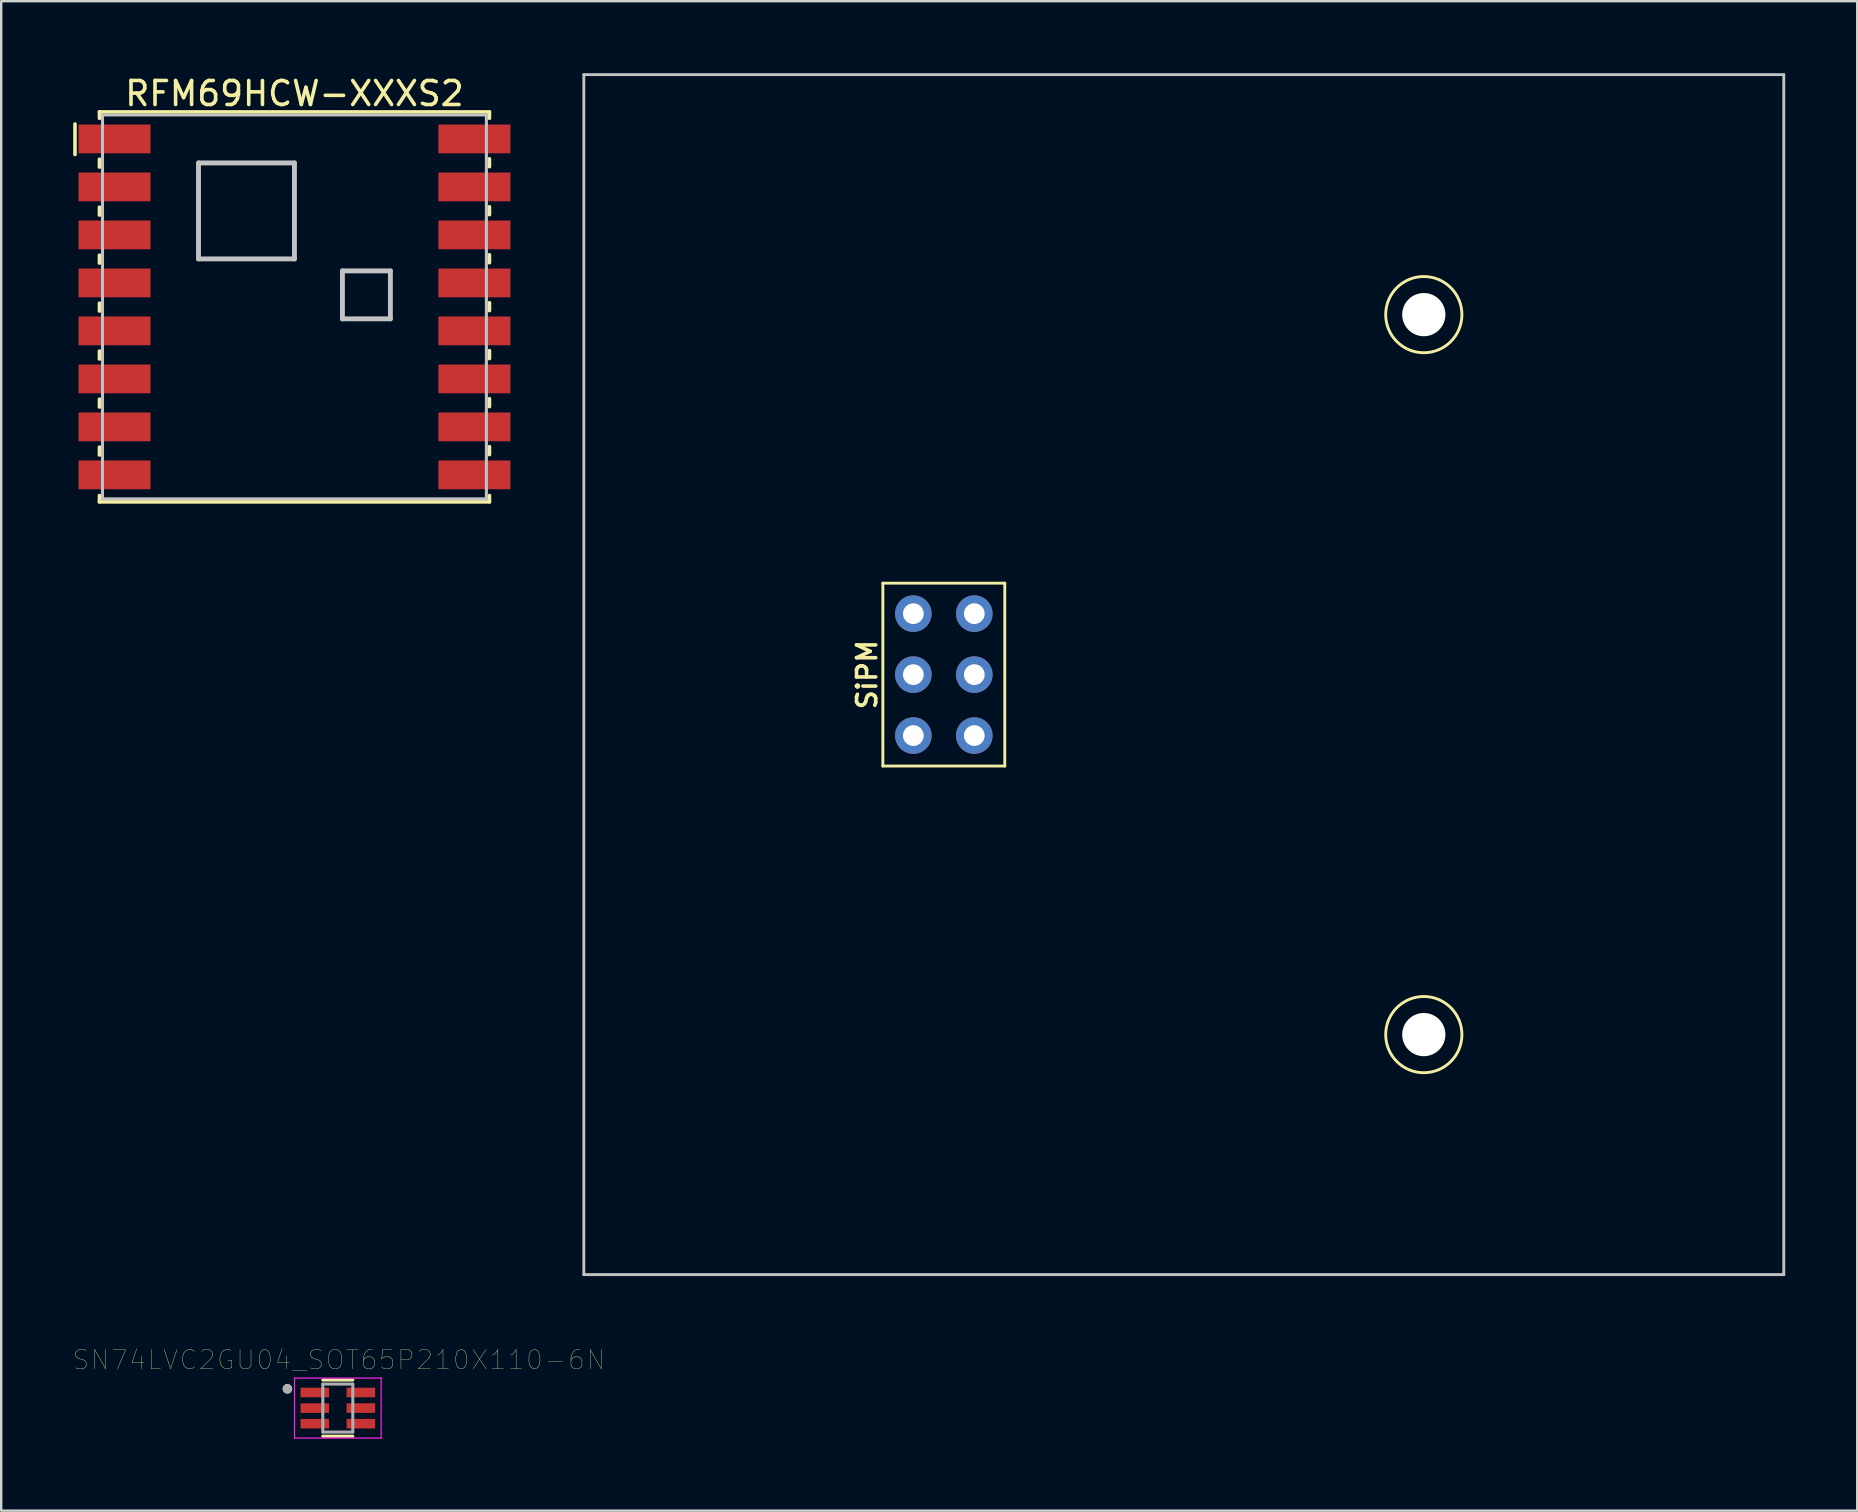
<source format=kicad_pcb>
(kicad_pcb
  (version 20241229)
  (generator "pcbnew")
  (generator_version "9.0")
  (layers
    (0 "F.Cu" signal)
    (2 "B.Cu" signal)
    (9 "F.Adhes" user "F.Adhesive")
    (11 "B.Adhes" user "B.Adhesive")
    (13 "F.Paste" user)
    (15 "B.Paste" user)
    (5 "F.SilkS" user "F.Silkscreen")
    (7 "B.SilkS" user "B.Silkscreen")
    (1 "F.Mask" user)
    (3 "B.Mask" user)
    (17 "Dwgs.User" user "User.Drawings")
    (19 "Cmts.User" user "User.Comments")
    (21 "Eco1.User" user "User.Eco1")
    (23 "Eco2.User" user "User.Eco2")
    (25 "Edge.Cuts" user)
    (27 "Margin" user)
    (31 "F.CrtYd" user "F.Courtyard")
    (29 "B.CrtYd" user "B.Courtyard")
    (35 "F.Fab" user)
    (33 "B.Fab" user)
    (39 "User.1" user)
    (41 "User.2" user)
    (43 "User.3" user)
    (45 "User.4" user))
  (footprint "SiPM"
    (layer "F.Cu")
    (at 46.277 25.06)
    (property "Reference" "SiPM" (at -13.2 0 270) (layer "F.SilkS") (effects (font (size 0.8 0.8) (thickness 0.15))))
    (attr through_hole)
    (fp_line (start -12.54 -3.81) (end -7.46 -3.81) (stroke (width 0.12) (type solid)) (layer "F.SilkS"))
    (fp_line (start -12.54 3.81) (end -12.54 -3.81) (stroke (width 0.12) (type solid)) (layer "F.SilkS"))
    (fp_line (start -7.46 -3.81) (end -7.46 3.81) (stroke (width 0.12) (type solid)) (layer "F.SilkS"))
    (fp_line (start -7.46 3.81) (end -12.54 3.81) (stroke (width 0.12) (type solid)) (layer "F.SilkS"))
    (fp_circle (center 10 -15) (end 11.588 -15) (stroke (width 0.12) (type solid)) (fill no) (layer "F.SilkS"))
    (fp_circle (center 10 15) (end 11.588 15) (stroke (width 0.12) (type solid)) (fill no) (layer "F.SilkS"))
    (fp_line (start -25 -25) (end 25 -25) (stroke (width 0.12) (type solid)) (layer "Dwgs.User"))
    (fp_line (start -25 25) (end -25 -25) (stroke (width 0.12) (type solid)) (layer "Dwgs.User"))
    (fp_line (start 25 -25) (end 25 25) (stroke (width 0.12) (type solid)) (layer "Dwgs.User"))
    (fp_line (start 25 25) (end -25 25) (stroke (width 0.12) (type solid)) (layer "Dwgs.User"))
    (pad "" np_thru_hole circle (at 10 -15) (size 1.8 1.8) (drill 1.8) (layers "*.Cu" "*.Mask"))
    (pad "" np_thru_hole circle (at 10 15) (size 1.8 1.8) (drill 1.8) (layers "*.Cu" "*.Mask"))
    (pad "1" thru_hole circle (at -11.27 -2.54 90) (size 1.524 1.524) (drill 0.864) (layers "*.Cu" "*.Mask"))
    (pad "2" thru_hole circle (at -8.73 -2.54 90) (size 1.524 1.524) (drill 0.864) (layers "*.Cu" "*.Mask"))
    (pad "3" thru_hole circle (at -11.27 0 90) (size 1.524 1.524) (drill 0.864) (layers "*.Cu" "*.Mask"))
    (pad "4" thru_hole circle (at -8.73 0 90) (size 1.524 1.524) (drill 0.864) (layers "*.Cu" "*.Mask"))
    (pad "5" thru_hole circle (at -11.27 2.54 90) (size 1.524 1.524) (drill 0.864) (layers "*.Cu" "*.Mask"))
    (pad "6" thru_hole circle (at -8.73 2.54 90) (size 1.524 1.524) (drill 0.864) (layers "*.Cu" "*.Mask")))
  (footprint "SN74LVC2GU04_SOT65P210X110-6N"
    (layer "F.Cu")
    (at 11.026 55.622)
    (property "Reference" "SN74LVC2GU04_SOT65P210X110-6N" (at 0.04 -2.008 0) (layer "F.SilkS") (effects (font (size 0.8 0.8) (thickness 0.015))))
    (attr through_hole)
    (fp_line (start -0.625 -1.17) (end 0.625 -1.17) (stroke (width 0.127) (type solid)) (layer "F.SilkS"))
    (fp_line (start -0.625 1.17) (end 0.625 1.17) (stroke (width 0.127) (type solid)) (layer "F.SilkS"))
    (fp_circle (center -2.1 -0.802) (end -2 -0.802) (stroke (width 0.2) (type solid)) (fill no) (layer "F.SilkS"))
    (fp_line (start -1.805 -1.25) (end -1.805 1.25) (stroke (width 0.05) (type solid)) (layer "F.CrtYd"))
    (fp_line (start -1.805 1.25) (end 1.805 1.25) (stroke (width 0.05) (type solid)) (layer "F.CrtYd"))
    (fp_line (start 1.805 -1.25) (end -1.805 -1.25) (stroke (width 0.05) (type solid)) (layer "F.CrtYd"))
    (fp_line (start 1.805 1.25) (end 1.805 -1.25) (stroke (width 0.05) (type solid)) (layer "F.CrtYd"))
    (fp_line (start -0.625 -1) (end -0.625 1) (stroke (width 0.127) (type solid)) (layer "F.Fab"))
    (fp_line (start -0.625 1) (end 0.625 1) (stroke (width 0.127) (type solid)) (layer "F.Fab"))
    (fp_line (start 0.625 -1) (end -0.625 -1) (stroke (width 0.127) (type solid)) (layer "F.Fab"))
    (fp_line (start 0.625 1) (end 0.625 -1) (stroke (width 0.127) (type solid)) (layer "F.Fab"))
    (fp_circle (center -2.1 -0.802) (end -2 -0.802) (stroke (width 0.2) (type solid)) (fill no) (layer "F.Fab"))
    (pad "1" smd rect (at -0.96 -0.65) (size 1.19 0.4) (layers "F.Cu" "F.Mask" "F.Paste"))
    (pad "2" smd rect (at -0.96 0) (size 1.19 0.4) (layers "F.Cu" "F.Mask" "F.Paste"))
    (pad "3" smd rect (at -0.96 0.65) (size 1.19 0.4) (layers "F.Cu" "F.Mask" "F.Paste"))
    (pad "4" smd rect (at 0.96 0.65) (size 1.19 0.4) (layers "F.Cu" "F.Mask" "F.Paste"))
    (pad "5" smd rect (at 0.96 0) (size 1.19 0.4) (layers "F.Cu" "F.Mask" "F.Paste"))
    (pad "6" smd rect (at 0.96 -0.65) (size 1.19 0.4) (layers "F.Cu" "F.Mask" "F.Paste")))
  (footprint "RFM69HCW-XXXS2"
    (layer "F.Cu")
    (at 9.219 9.738)
    (property "Reference" "RFM69HCW-XXXS2" (at 0 -8.89 0) (layer "F.SilkS") (effects (font (size 1 1) (thickness 0.15))))
    (attr smd)
    (fp_line (start -9.144 -6.35) (end -9.144 -7.62) (stroke (width 0.15) (type solid)) (layer "F.SilkS"))
    (fp_line (start -8.125 -8.125) (end 8.125 -8.125) (stroke (width 0.15) (type solid)) (layer "F.SilkS"))
    (fp_line (start -8.125 -7.859) (end -8.125 -8.125) (stroke (width 0.15) (type solid)) (layer "F.SilkS"))
    (fp_line (start -8.125 -5.824) (end -8.125 -6.154) (stroke (width 0.15) (type solid)) (layer "F.SilkS"))
    (fp_line (start -8.125 -3.825) (end -8.125 -4.155) (stroke (width 0.15) (type solid)) (layer "F.SilkS"))
    (fp_line (start -8.125 -1.824) (end -8.125 -2.154) (stroke (width 0.15) (type solid)) (layer "F.SilkS"))
    (fp_line (start -8.125 0.173) (end -8.125 -0.155) (stroke (width 0.15) (type solid)) (layer "F.SilkS"))
    (fp_line (start -8.125 2.172) (end -8.125 1.841) (stroke (width 0.15) (type solid)) (layer "F.SilkS"))
    (fp_line (start -8.125 4.173) (end -8.125 3.843) (stroke (width 0.15) (type solid)) (layer "F.SilkS"))
    (fp_line (start -8.125 6.172) (end -8.125 5.842) (stroke (width 0.15) (type solid)) (layer "F.SilkS"))
    (fp_line (start -8.125 8.125) (end -8.125 7.859) (stroke (width 0.15) (type solid)) (layer "F.SilkS"))
    (fp_line (start 8.125 -8.125) (end 8.125 -7.859) (stroke (width 0.15) (type solid)) (layer "F.SilkS"))
    (fp_line (start 8.125 -6.172) (end 8.125 -5.842) (stroke (width 0.15) (type solid)) (layer "F.SilkS"))
    (fp_line (start 8.125 -4.173) (end 8.125 -3.843) (stroke (width 0.15) (type solid)) (layer "F.SilkS"))
    (fp_line (start 8.125 -2.172) (end 8.125 -1.841) (stroke (width 0.15) (type solid)) (layer "F.SilkS"))
    (fp_line (start 8.125 -0.173) (end 8.125 0.155) (stroke (width 0.15) (type solid)) (layer "F.SilkS"))
    (fp_line (start 8.125 1.824) (end 8.125 2.154) (stroke (width 0.15) (type solid)) (layer "F.SilkS"))
    (fp_line (start 8.125 3.825) (end 8.125 4.155) (stroke (width 0.15) (type solid)) (layer "F.SilkS"))
    (fp_line (start 8.125 5.824) (end 8.125 6.154) (stroke (width 0.15) (type solid)) (layer "F.SilkS"))
    (fp_line (start 8.125 7.859) (end 8.125 8.125) (stroke (width 0.15) (type solid)) (layer "F.SilkS"))
    (fp_line (start 8.125 8.125) (end -8.125 8.125) (stroke (width 0.15) (type solid)) (layer "F.SilkS"))
    (fp_line (start -7.998 -7.998) (end -7.998 7.998) (stroke (width 0.127) (type solid)) (layer "Dwgs.User"))
    (fp_line (start -7.998 7.998) (end 7.998 7.998) (stroke (width 0.127) (type solid)) (layer "Dwgs.User"))
    (fp_line (start -3.998 -5.999) (end -3.998 -1.999) (stroke (width 0.203) (type solid)) (layer "Dwgs.User"))
    (fp_line (start -3.998 -1.999) (end 0 -1.999) (stroke (width 0.203) (type solid)) (layer "Dwgs.User"))
    (fp_line (start 0 -5.999) (end -3.998 -5.999) (stroke (width 0.203) (type solid)) (layer "Dwgs.User"))
    (fp_line (start 0 -1.999) (end 0 -5.999) (stroke (width 0.203) (type solid)) (layer "Dwgs.User"))
    (fp_line (start 1.999 0.498) (end 1.999 -1.499) (stroke (width 0.203) (type solid)) (layer "Dwgs.User"))
    (fp_line (start 3.998 -1.499) (end 1.999 -1.499) (stroke (width 0.203) (type solid)) (layer "Dwgs.User"))
    (fp_line (start 3.998 0.498) (end 1.999 0.498) (stroke (width 0.203) (type solid)) (layer "Dwgs.User"))
    (fp_line (start 3.998 0.498) (end 3.998 -1.499) (stroke (width 0.203) (type solid)) (layer "Dwgs.User"))
    (fp_line (start 7.998 -7.998) (end -7.998 -7.998) (stroke (width 0.127) (type solid)) (layer "Dwgs.User"))
    (fp_line (start 7.998 7.998) (end 7.998 -7.998) (stroke (width 0.127) (type solid)) (layer "Dwgs.User"))
    (pad "1" smd rect (at -7.498 -6.998) (size 3 1.199) (layers "F.Cu" "F.Mask" "F.Paste"))
    (pad "2" smd rect (at -7.498 -4.999) (size 3 1.199) (layers "F.Cu" "F.Mask" "F.Paste"))
    (pad "3" smd rect (at -7.498 -3) (size 3 1.199) (layers "F.Cu" "F.Mask" "F.Paste"))
    (pad "4" smd rect (at -7.498 -0.998) (size 3 1.199) (layers "F.Cu" "F.Mask" "F.Paste"))
    (pad "5" smd rect (at -7.498 0.998) (size 3 1.199) (layers "F.Cu" "F.Mask" "F.Paste"))
    (pad "6" smd rect (at -7.498 3) (size 3 1.199) (layers "F.Cu" "F.Mask" "F.Paste"))
    (pad "7" smd rect (at -7.498 4.999) (size 3 1.199) (layers "F.Cu" "F.Mask" "F.Paste"))
    (pad "8" smd rect (at -7.498 6.998) (size 3 1.199) (layers "F.Cu" "F.Mask" "F.Paste"))
    (pad "9" smd rect (at 7.498 6.998) (size 3 1.199) (layers "F.Cu" "F.Mask" "F.Paste"))
    (pad "10" smd rect (at 7.498 4.999) (size 3 1.199) (layers "F.Cu" "F.Mask" "F.Paste"))
    (pad "11" smd rect (at 7.498 3) (size 3 1.199) (layers "F.Cu" "F.Mask" "F.Paste"))
    (pad "12" smd rect (at 7.498 0.998) (size 3 1.199) (layers "F.Cu" "F.Mask" "F.Paste"))
    (pad "13" smd rect (at 7.498 -0.998) (size 3 1.199) (layers "F.Cu" "F.Mask" "F.Paste"))
    (pad "14" smd rect (at 7.498 -3) (size 3 1.199) (layers "F.Cu" "F.Mask" "F.Paste"))
    (pad "15" smd rect (at 7.498 -4.999) (size 3 1.199) (layers "F.Cu" "F.Mask" "F.Paste"))
    (pad "16" smd rect (at 7.498 -6.998) (size 3 1.199) (layers "F.Cu" "F.Mask" "F.Paste")))
  (gr_rect
    (start -3 -3)
    (end 74.337 59.897)
    (stroke (width 0.1) (type default))
    (fill no)
    (layer "Edge.Cuts")))
</source>
